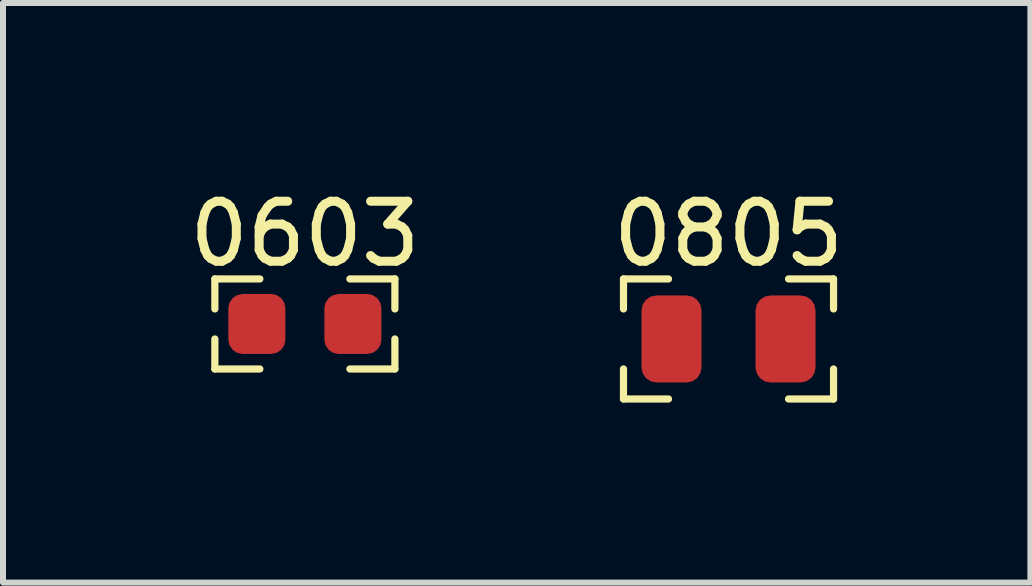
<source format=kicad_pcb>
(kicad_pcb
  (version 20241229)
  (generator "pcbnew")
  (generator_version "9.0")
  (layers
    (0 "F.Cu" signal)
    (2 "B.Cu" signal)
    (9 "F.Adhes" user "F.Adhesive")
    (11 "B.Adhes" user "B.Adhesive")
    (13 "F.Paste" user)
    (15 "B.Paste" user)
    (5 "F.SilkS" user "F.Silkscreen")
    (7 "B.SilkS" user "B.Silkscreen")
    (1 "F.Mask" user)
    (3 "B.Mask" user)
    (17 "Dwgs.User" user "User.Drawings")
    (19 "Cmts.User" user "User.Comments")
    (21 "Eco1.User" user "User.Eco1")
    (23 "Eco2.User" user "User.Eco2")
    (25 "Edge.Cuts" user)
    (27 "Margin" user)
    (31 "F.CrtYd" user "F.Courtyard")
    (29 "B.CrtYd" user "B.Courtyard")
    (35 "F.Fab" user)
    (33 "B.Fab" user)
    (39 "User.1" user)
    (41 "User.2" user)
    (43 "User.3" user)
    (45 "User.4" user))
  (footprint "0603"
    (layer "F.Cu")
    (at 2.03 2.348)
    (property "Reference" "0603" (at 0 -1.5 0) (unlocked yes) (layer "F.SilkS") (effects (font (size 1 1) (thickness 0.15))))
    (attr smd)
    (fp_line (start -1.5 -0.75) (end -1.5 -0.25) (stroke (width 0.12) (type solid)) (layer "F.SilkS"))
    (fp_line (start -1.5 0.75) (end -1.5 0.25) (stroke (width 0.12) (type solid)) (layer "F.SilkS"))
    (fp_line (start -0.75 -0.75) (end -1.5 -0.75) (stroke (width 0.12) (type solid)) (layer "F.SilkS"))
    (fp_line (start -0.75 0.75) (end -1.5 0.75) (stroke (width 0.12) (type solid)) (layer "F.SilkS"))
    (fp_line (start 0.75 -0.75) (end 1.5 -0.75) (stroke (width 0.12) (type solid)) (layer "F.SilkS"))
    (fp_line (start 0.75 0.75) (end 1.5 0.75) (stroke (width 0.12) (type solid)) (layer "F.SilkS"))
    (fp_line (start 1.5 -0.75) (end 1.5 -0.25) (stroke (width 0.12) (type solid)) (layer "F.SilkS"))
    (fp_line (start 1.5 0.75) (end 1.5 0.25) (stroke (width 0.12) (type solid)) (layer "F.SilkS"))
    (pad "1" smd roundrect (at -0.8 0) (size 0.95 1) (layers "F.Cu" "F.Mask" "F.Paste") (roundrect_rratio 0.25))
    (pad "2" smd roundrect (at 0.8 0) (size 0.95 1) (layers "F.Cu" "F.Mask" "F.Paste") (roundrect_rratio 0.25)))
  (footprint "0805"
    (layer "F.Cu")
    (at 9.089 2.598)
    (property "Reference" "0805" (at 0 -1.75 0) (unlocked yes) (layer "F.SilkS") (effects (font (size 1 1) (thickness 0.15))))
    (attr smd)
    (fp_line (start -1.75 -1) (end -1.75 -0.5) (stroke (width 0.12) (type solid)) (layer "F.SilkS"))
    (fp_line (start -1.75 1) (end -1.75 0.5) (stroke (width 0.12) (type solid)) (layer "F.SilkS"))
    (fp_line (start -1 -1) (end -1.75 -1) (stroke (width 0.12) (type solid)) (layer "F.SilkS"))
    (fp_line (start -1 1) (end -1.75 1) (stroke (width 0.12) (type solid)) (layer "F.SilkS"))
    (fp_line (start 1 -1) (end 1.75 -1) (stroke (width 0.12) (type solid)) (layer "F.SilkS"))
    (fp_line (start 1 1) (end 1.75 1) (stroke (width 0.12) (type solid)) (layer "F.SilkS"))
    (fp_line (start 1.75 -1) (end 1.75 -0.5) (stroke (width 0.12) (type solid)) (layer "F.SilkS"))
    (fp_line (start 1.75 1) (end 1.75 0.5) (stroke (width 0.12) (type solid)) (layer "F.SilkS"))
    (pad "1" smd roundrect (at -0.95 0) (size 1 1.45) (layers "F.Cu" "F.Mask" "F.Paste") (roundrect_rratio 0.25))
    (pad "2" smd roundrect (at 0.95 0) (size 1 1.45) (layers "F.Cu" "F.Mask" "F.Paste") (roundrect_rratio 0.25)))
  (gr_rect
    (start -3 -3)
    (end 14.119 6.658)
    (stroke (width 0.1) (type default))
    (fill no)
    (layer "Edge.Cuts")))
</source>
